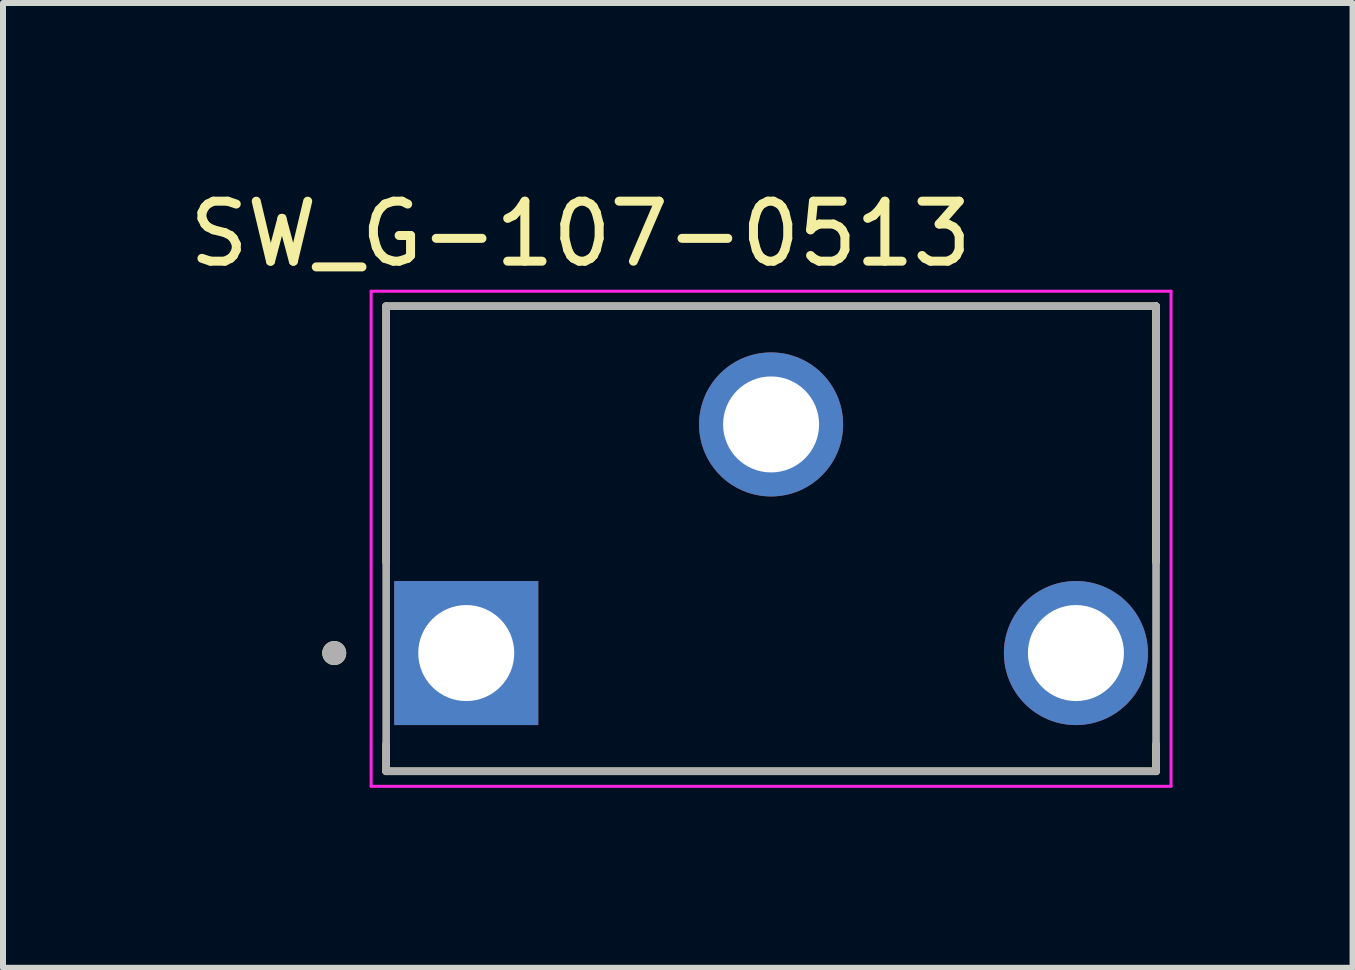
<source format=kicad_pcb>
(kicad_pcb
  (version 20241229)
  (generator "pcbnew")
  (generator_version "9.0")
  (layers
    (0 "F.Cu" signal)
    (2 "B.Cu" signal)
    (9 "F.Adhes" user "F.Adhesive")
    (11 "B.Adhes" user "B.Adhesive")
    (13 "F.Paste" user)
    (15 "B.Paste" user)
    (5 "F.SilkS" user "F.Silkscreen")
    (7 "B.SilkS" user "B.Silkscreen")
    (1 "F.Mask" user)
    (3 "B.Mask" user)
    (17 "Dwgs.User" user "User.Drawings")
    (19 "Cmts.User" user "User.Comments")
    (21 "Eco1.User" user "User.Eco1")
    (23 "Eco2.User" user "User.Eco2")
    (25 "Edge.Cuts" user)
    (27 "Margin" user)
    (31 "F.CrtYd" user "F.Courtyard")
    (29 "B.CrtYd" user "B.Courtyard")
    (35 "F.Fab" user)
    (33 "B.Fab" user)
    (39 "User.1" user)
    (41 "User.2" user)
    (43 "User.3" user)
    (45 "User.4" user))
  (footprint "SW_G-107-0513"
    (layer "F.Cu")
    (at 9.8 5.928)
    (property "Reference" "SW_G-107-0513" (at -3.175 -5.08 0) (layer "F.SilkS") (effects (font (size 1 1) (thickness 0.15))))
    (attr through_hole)
    (fp_line (start -6.415 -3.875) (end 6.415 -3.875) (stroke (width 0.127) (type solid)) (layer "F.SilkS"))
    (fp_line (start -6.415 0.385) (end -6.415 -3.875) (stroke (width 0.127) (type solid)) (layer "F.SilkS"))
    (fp_line (start -6.415 3.875) (end -6.415 3.425) (stroke (width 0.127) (type solid)) (layer "F.SilkS"))
    (fp_line (start 6.415 -3.875) (end 6.415 0.385) (stroke (width 0.127) (type solid)) (layer "F.SilkS"))
    (fp_line (start 6.415 3.875) (end -6.415 3.875) (stroke (width 0.127) (type solid)) (layer "F.SilkS"))
    (fp_line (start 6.415 3.875) (end 6.415 3.425) (stroke (width 0.127) (type solid)) (layer "F.SilkS"))
    (fp_circle (center -7.28 1.905) (end -7.18 1.905) (stroke (width 0.2) (type solid)) (fill no) (layer "F.SilkS"))
    (fp_line (start -6.665 -4.125) (end -6.665 4.125) (stroke (width 0.05) (type solid)) (layer "F.CrtYd"))
    (fp_line (start -6.665 4.125) (end 6.665 4.125) (stroke (width 0.05) (type solid)) (layer "F.CrtYd"))
    (fp_line (start 6.665 -4.125) (end -6.665 -4.125) (stroke (width 0.05) (type solid)) (layer "F.CrtYd"))
    (fp_line (start 6.665 4.125) (end 6.665 -4.125) (stroke (width 0.05) (type solid)) (layer "F.CrtYd"))
    (fp_line (start -6.415 -3.875) (end 6.415 -3.875) (stroke (width 0.127) (type solid)) (layer "F.Fab"))
    (fp_line (start -6.415 3.875) (end -6.415 -3.875) (stroke (width 0.127) (type solid)) (layer "F.Fab"))
    (fp_line (start 6.415 -3.875) (end 6.415 3.875) (stroke (width 0.127) (type solid)) (layer "F.Fab"))
    (fp_line (start 6.415 3.875) (end -6.415 3.875) (stroke (width 0.127) (type solid)) (layer "F.Fab"))
    (fp_circle (center -7.28 1.905) (end -7.18 1.905) (stroke (width 0.2) (type solid)) (fill no) (layer "F.Fab"))
    (pad "1" thru_hole rect (at -5.08 1.905) (size 2.4 2.4) (drill 1.6) (layers "*.Cu" "*.Mask"))
    (pad "2" thru_hole circle (at 5.08 1.905) (size 2.4 2.4) (drill 1.6) (layers "*.Cu" "*.Mask"))
    (pad "3" thru_hole circle (at 0 -1.905) (size 2.4 2.4) (drill 1.6) (layers "*.Cu" "*.Mask")))
  (gr_rect
    (start -3 -3)
    (end 19.49 13.078)
    (stroke (width 0.1) (type default))
    (fill no)
    (layer "Edge.Cuts")))
</source>
